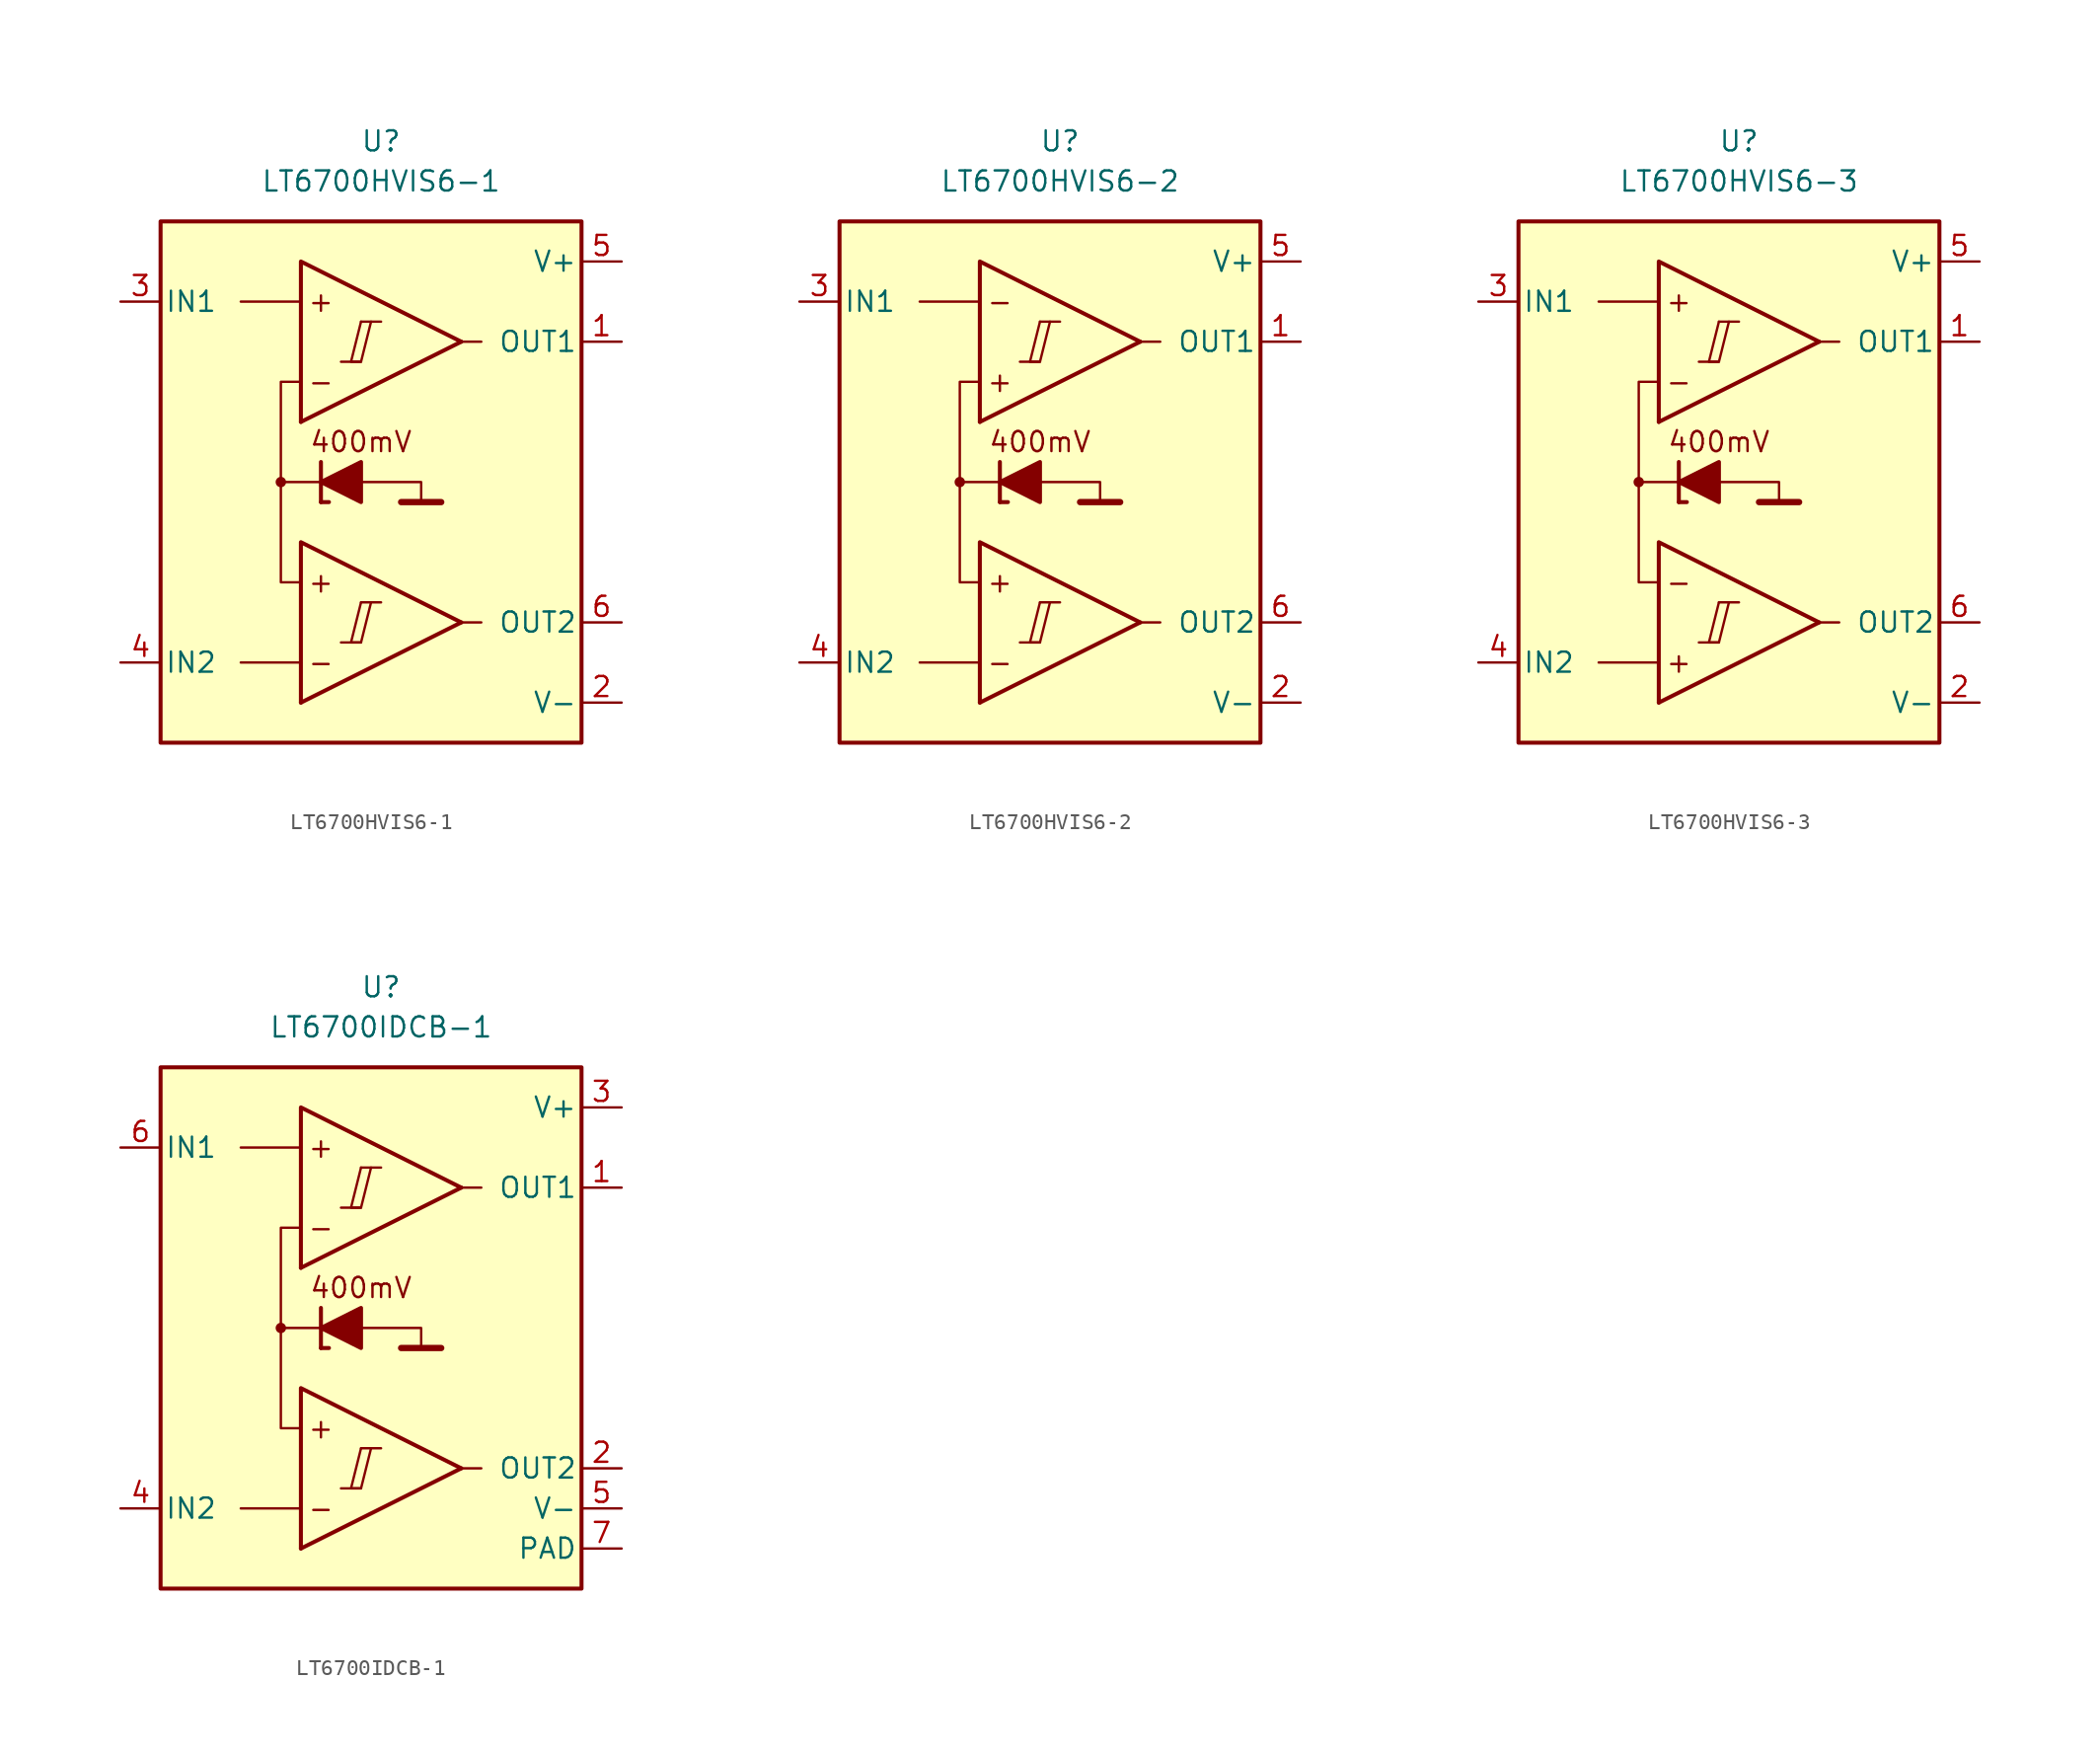
<source format=kicad_sym>
(kicad_symbol_lib
  (version 20211014)
  (generator kicad_symbol_editor)
  (symbol "LT6700HVIS6-1"
    (pin_names
      (offset 0.254))
    (property "Reference" "U"
      (at 0 22.86 0)
      (effects (font (size 1.27 1.27))))
    (property "Value" "LT6700HVIS6-1"
      (at 0 20.32 0)
      (effects (font (size 1.27 1.27))))
    (symbol "LT6700HVIS6-1_0_0"
      (rectangle (start -13.97 17.78) (end 12.7 -15.24) (stroke (width 0.254) (type default) (color 0 0 0 0)) (fill (type background)))
      (circle (center -6.35 1.27) (radius 0.254) (stroke (width 0.152) (type default) (color 0 0 0 0)) (fill (type outline)))
      (polyline (pts (xy -2.54 -8.89) (xy -1.27 -8.89)) (stroke (width 0.152) (type default) (color 0 0 0 0)) (fill (type none)))
      (polyline (pts (xy -2.54 8.89) (xy -1.27 8.89)) (stroke (width 0.152) (type default) (color 0 0 0 0)) (fill (type none)))
      (polyline (pts (xy -1.27 -6.35) (xy 0 -6.35)) (stroke (width 0.152) (type default) (color 0 0 0 0)) (fill (type none)))
      (polyline (pts (xy -1.27 11.43) (xy 0 11.43)) (stroke (width 0.152) (type default) (color 0 0 0 0)) (fill (type none)))
      (polyline (pts (xy 5.08 -7.62) (xy -5.08 -12.7)) (stroke (width 0.254) (type default) (color 0 0 0 0)) (fill (type none)))
      (polyline (pts (xy 5.08 10.16) (xy -5.08 5.08)) (stroke (width 0.254) (type default) (color 0 0 0 0)) (fill (type none)))
      (polyline (pts (xy 5.08 -7.62) (xy -5.08 -2.54) (xy -5.08 -12.7)) (stroke (width 0.254) (type default) (color 0 0 0 0)) (fill (type background)))
      (polyline (pts (xy 5.08 10.16) (xy -5.08 15.24) (xy -5.08 5.08)) (stroke (width 0.254) (type default) (color 0 0 0 0)) (fill (type background)))
      (polyline (pts (xy -1.27 -6.35) (xy -1.905 -8.89) (xy -1.27 -8.89) (xy -0.635 -6.35)) (stroke (width 0.152) (type default) (color 0 0 0 0)) (fill (type none)))
      (polyline (pts (xy -1.27 11.43) (xy -1.905 8.89) (xy -1.27 8.89) (xy -0.635 11.43)) (stroke (width 0.152) (type default) (color 0 0 0 0)) (fill (type none)))
      (text "+" (at -3.81 -5.08 0) (effects (font (size 1.27 1.27))))
      (text "+" (at -3.81 12.7 0) (effects (font (size 1.27 1.27))))
      (text "-" (at -3.81 -10.16 0) (effects (font (size 1.27 1.27))))
      (text "-" (at -3.81 7.62 0) (effects (font (size 1.27 1.27)))))
    (symbol "LT6700HVIS6-1_0_1"
      (polyline (pts (xy -5.08 -10.16) (xy -8.89 -10.16)) (stroke (width 0) (type default) (color 0 0 0 0)) (fill (type none)))
      (polyline (pts (xy -5.08 12.7) (xy -8.89 12.7)) (stroke (width 0) (type default) (color 0 0 0 0)) (fill (type none)))
      (polyline (pts (xy -3.81 0) (xy -3.81 2.54)) (stroke (width 0.254) (type default) (color 0 0 0 0)) (fill (type none)))
      (polyline (pts (xy -3.81 0) (xy -3.302 0)) (stroke (width 0.254) (type default) (color 0 0 0 0)) (fill (type none)))
      (polyline (pts (xy -3.81 1.27) (xy -6.35 1.27)) (stroke (width 0.152) (type default) (color 0 0 0 0)) (fill (type none)))
      (polyline (pts (xy 1.27 0) (xy 3.81 0)) (stroke (width 0.4) (type default) (color 0 0 0 0)) (fill (type none)))
      (polyline (pts (xy 5.08 -7.62) (xy 6.35 -7.62)) (stroke (width 0) (type default) (color 0 0 0 0)) (fill (type none)))
      (polyline (pts (xy 5.08 10.16) (xy 6.35 10.16)) (stroke (width 0) (type default) (color 0 0 0 0)) (fill (type none)))
      (polyline (pts (xy -1.27 1.27) (xy 2.54 1.27) (xy 2.54 0)) (stroke (width 0.152) (type default) (color 0 0 0 0)) (fill (type none)))
      (polyline (pts (xy -5.08 -5.08) (xy -6.35 -5.08) (xy -6.35 7.62) (xy -5.08 7.62)) (stroke (width 0.152) (type default) (color 0 0 0 0)) (fill (type none)))
      (polyline (pts (xy -1.27 2.54) (xy -1.27 0) (xy -3.81 1.27) (xy -1.27 2.54)) (stroke (width 0.254) (type default) (color 0 0 0 0)) (fill (type outline))))
    (symbol "LT6700HVIS6-1_1_0"
      (text "400mV" (at -1.27 3.81 0) (effects (font (size 1.27 1.27)))))
    (symbol "LT6700HVIS6-1_1_1"
      (pin output line (at 15.24 10.16 180) (length 2.54) (name "OUT1" (effects (font (size 1.27 1.27)))) (number "1" (effects (font (size 1.27 1.27)))))
      (pin power_in line (at 15.24 -12.7 180) (length 2.54) (name "V-" (effects (font (size 1.27 1.27)))) (number "2" (effects (font (size 1.27 1.27)))))
      (pin input line (at -16.51 12.7 0) (length 2.54) (name "IN1" (effects (font (size 1.27 1.27)))) (number "3" (effects (font (size 1.27 1.27)))))
      (pin input line (at -16.51 -10.16 0) (length 2.54) (name "IN2" (effects (font (size 1.27 1.27)))) (number "4" (effects (font (size 1.27 1.27)))))
      (pin power_in line (at 15.24 15.24 180) (length 2.54) (name "V+" (effects (font (size 1.27 1.27)))) (number "5" (effects (font (size 1.27 1.27)))))
      (pin output line (at 15.24 -7.62 180) (length 2.54) (name "OUT2" (effects (font (size 1.27 1.27)))) (number "6" (effects (font (size 1.27 1.27)))))))
  (symbol "LT6700HVIS6-2"
    (pin_names
      (offset 0.254))
    (property "Reference" "U"
      (at 0 22.86 0)
      (effects (font (size 1.27 1.27))))
    (property "Value" "LT6700HVIS6-2"
      (at 0 20.32 0)
      (effects (font (size 1.27 1.27))))
    (symbol "LT6700HVIS6-2_0_0"
      (rectangle (start -13.97 17.78) (end 12.7 -15.24) (stroke (width 0.254) (type default) (color 0 0 0 0)) (fill (type background)))
      (circle (center -6.35 1.27) (radius 0.254) (stroke (width 0.152) (type default) (color 0 0 0 0)) (fill (type outline)))
      (polyline (pts (xy -2.54 -8.89) (xy -1.27 -8.89)) (stroke (width 0.152) (type default) (color 0 0 0 0)) (fill (type none)))
      (polyline (pts (xy -2.54 8.89) (xy -1.27 8.89)) (stroke (width 0.152) (type default) (color 0 0 0 0)) (fill (type none)))
      (polyline (pts (xy -1.27 -6.35) (xy 0 -6.35)) (stroke (width 0.152) (type default) (color 0 0 0 0)) (fill (type none)))
      (polyline (pts (xy -1.27 11.43) (xy 0 11.43)) (stroke (width 0.152) (type default) (color 0 0 0 0)) (fill (type none)))
      (polyline (pts (xy 5.08 -7.62) (xy -5.08 -12.7)) (stroke (width 0.254) (type default) (color 0 0 0 0)) (fill (type none)))
      (polyline (pts (xy 5.08 10.16) (xy -5.08 5.08)) (stroke (width 0.254) (type default) (color 0 0 0 0)) (fill (type none)))
      (polyline (pts (xy 5.08 -7.62) (xy -5.08 -2.54) (xy -5.08 -12.7)) (stroke (width 0.254) (type default) (color 0 0 0 0)) (fill (type background)))
      (polyline (pts (xy 5.08 10.16) (xy -5.08 15.24) (xy -5.08 5.08)) (stroke (width 0.254) (type default) (color 0 0 0 0)) (fill (type background)))
      (polyline (pts (xy -1.27 -6.35) (xy -1.905 -8.89) (xy -1.27 -8.89) (xy -0.635 -6.35)) (stroke (width 0.152) (type default) (color 0 0 0 0)) (fill (type none)))
      (polyline (pts (xy -1.27 11.43) (xy -1.905 8.89) (xy -1.27 8.89) (xy -0.635 11.43)) (stroke (width 0.152) (type default) (color 0 0 0 0)) (fill (type none)))
      (text "+" (at -3.81 -5.08 0) (effects (font (size 1.27 1.27))))
      (text "+" (at -3.81 7.62 0) (effects (font (size 1.27 1.27))))
      (text "-" (at -3.81 -10.16 0) (effects (font (size 1.27 1.27))))
      (text "-" (at -3.81 12.7 0) (effects (font (size 1.27 1.27)))))
    (symbol "LT6700HVIS6-2_0_1"
      (polyline (pts (xy -5.08 -10.16) (xy -8.89 -10.16)) (stroke (width 0) (type default) (color 0 0 0 0)) (fill (type none)))
      (polyline (pts (xy -5.08 12.7) (xy -8.89 12.7)) (stroke (width 0) (type default) (color 0 0 0 0)) (fill (type none)))
      (polyline (pts (xy -3.81 0) (xy -3.81 2.54)) (stroke (width 0.254) (type default) (color 0 0 0 0)) (fill (type none)))
      (polyline (pts (xy -3.81 0) (xy -3.302 0)) (stroke (width 0.254) (type default) (color 0 0 0 0)) (fill (type none)))
      (polyline (pts (xy -3.81 1.27) (xy -6.35 1.27)) (stroke (width 0.152) (type default) (color 0 0 0 0)) (fill (type none)))
      (polyline (pts (xy 1.27 0) (xy 3.81 0)) (stroke (width 0.4) (type default) (color 0 0 0 0)) (fill (type none)))
      (polyline (pts (xy 5.08 -7.62) (xy 6.35 -7.62)) (stroke (width 0) (type default) (color 0 0 0 0)) (fill (type none)))
      (polyline (pts (xy 5.08 10.16) (xy 6.35 10.16)) (stroke (width 0) (type default) (color 0 0 0 0)) (fill (type none)))
      (polyline (pts (xy -1.27 1.27) (xy 2.54 1.27) (xy 2.54 0)) (stroke (width 0.152) (type default) (color 0 0 0 0)) (fill (type none)))
      (polyline (pts (xy -5.08 -5.08) (xy -6.35 -5.08) (xy -6.35 7.62) (xy -5.08 7.62)) (stroke (width 0.152) (type default) (color 0 0 0 0)) (fill (type none)))
      (polyline (pts (xy -1.27 2.54) (xy -1.27 0) (xy -3.81 1.27) (xy -1.27 2.54)) (stroke (width 0.254) (type default) (color 0 0 0 0)) (fill (type outline))))
    (symbol "LT6700HVIS6-2_1_0"
      (text "400mV" (at -1.27 3.81 0) (effects (font (size 1.27 1.27)))))
    (symbol "LT6700HVIS6-2_1_1"
      (pin output line (at 15.24 10.16 180) (length 2.54) (name "OUT1" (effects (font (size 1.27 1.27)))) (number "1" (effects (font (size 1.27 1.27)))))
      (pin power_in line (at 15.24 -12.7 180) (length 2.54) (name "V-" (effects (font (size 1.27 1.27)))) (number "2" (effects (font (size 1.27 1.27)))))
      (pin input line (at -16.51 12.7 0) (length 2.54) (name "IN1" (effects (font (size 1.27 1.27)))) (number "3" (effects (font (size 1.27 1.27)))))
      (pin input line (at -16.51 -10.16 0) (length 2.54) (name "IN2" (effects (font (size 1.27 1.27)))) (number "4" (effects (font (size 1.27 1.27)))))
      (pin power_in line (at 15.24 15.24 180) (length 2.54) (name "V+" (effects (font (size 1.27 1.27)))) (number "5" (effects (font (size 1.27 1.27)))))
      (pin output line (at 15.24 -7.62 180) (length 2.54) (name "OUT2" (effects (font (size 1.27 1.27)))) (number "6" (effects (font (size 1.27 1.27)))))))
  (symbol "LT6700HVIS6-3"
    (pin_names
      (offset 0.254))
    (property "Reference" "U"
      (at 0 22.86 0)
      (effects (font (size 1.27 1.27))))
    (property "Value" "LT6700HVIS6-3"
      (at 0 20.32 0)
      (effects (font (size 1.27 1.27))))
    (symbol "LT6700HVIS6-3_0_0"
      (rectangle (start -13.97 17.78) (end 12.7 -15.24) (stroke (width 0.254) (type default) (color 0 0 0 0)) (fill (type background)))
      (circle (center -6.35 1.27) (radius 0.254) (stroke (width 0.152) (type default) (color 0 0 0 0)) (fill (type outline)))
      (polyline (pts (xy -2.54 -8.89) (xy -1.27 -8.89)) (stroke (width 0.152) (type default) (color 0 0 0 0)) (fill (type none)))
      (polyline (pts (xy -2.54 8.89) (xy -1.27 8.89)) (stroke (width 0.152) (type default) (color 0 0 0 0)) (fill (type none)))
      (polyline (pts (xy -1.27 -6.35) (xy 0 -6.35)) (stroke (width 0.152) (type default) (color 0 0 0 0)) (fill (type none)))
      (polyline (pts (xy -1.27 11.43) (xy 0 11.43)) (stroke (width 0.152) (type default) (color 0 0 0 0)) (fill (type none)))
      (polyline (pts (xy 5.08 -7.62) (xy -5.08 -12.7)) (stroke (width 0.254) (type default) (color 0 0 0 0)) (fill (type none)))
      (polyline (pts (xy 5.08 10.16) (xy -5.08 5.08)) (stroke (width 0.254) (type default) (color 0 0 0 0)) (fill (type none)))
      (polyline (pts (xy 5.08 -7.62) (xy -5.08 -2.54) (xy -5.08 -12.7)) (stroke (width 0.254) (type default) (color 0 0 0 0)) (fill (type background)))
      (polyline (pts (xy 5.08 10.16) (xy -5.08 15.24) (xy -5.08 5.08)) (stroke (width 0.254) (type default) (color 0 0 0 0)) (fill (type background)))
      (polyline (pts (xy -1.27 -6.35) (xy -1.905 -8.89) (xy -1.27 -8.89) (xy -0.635 -6.35)) (stroke (width 0.152) (type default) (color 0 0 0 0)) (fill (type none)))
      (polyline (pts (xy -1.27 11.43) (xy -1.905 8.89) (xy -1.27 8.89) (xy -0.635 11.43)) (stroke (width 0.152) (type default) (color 0 0 0 0)) (fill (type none)))
      (text "+" (at -3.81 -10.16 0) (effects (font (size 1.27 1.27))))
      (text "+" (at -3.81 12.7 0) (effects (font (size 1.27 1.27))))
      (text "-" (at -3.81 -5.08 0) (effects (font (size 1.27 1.27))))
      (text "-" (at -3.81 7.62 0) (effects (font (size 1.27 1.27)))))
    (symbol "LT6700HVIS6-3_0_1"
      (polyline (pts (xy -5.08 -10.16) (xy -8.89 -10.16)) (stroke (width 0) (type default) (color 0 0 0 0)) (fill (type none)))
      (polyline (pts (xy -5.08 12.7) (xy -8.89 12.7)) (stroke (width 0) (type default) (color 0 0 0 0)) (fill (type none)))
      (polyline (pts (xy -3.81 0) (xy -3.81 2.54)) (stroke (width 0.254) (type default) (color 0 0 0 0)) (fill (type none)))
      (polyline (pts (xy -3.81 0) (xy -3.302 0)) (stroke (width 0.254) (type default) (color 0 0 0 0)) (fill (type none)))
      (polyline (pts (xy -3.81 1.27) (xy -6.35 1.27)) (stroke (width 0.152) (type default) (color 0 0 0 0)) (fill (type none)))
      (polyline (pts (xy 1.27 0) (xy 3.81 0)) (stroke (width 0.4) (type default) (color 0 0 0 0)) (fill (type none)))
      (polyline (pts (xy 5.08 -7.62) (xy 6.35 -7.62)) (stroke (width 0) (type default) (color 0 0 0 0)) (fill (type none)))
      (polyline (pts (xy 5.08 10.16) (xy 6.35 10.16)) (stroke (width 0) (type default) (color 0 0 0 0)) (fill (type none)))
      (polyline (pts (xy -1.27 1.27) (xy 2.54 1.27) (xy 2.54 0)) (stroke (width 0.152) (type default) (color 0 0 0 0)) (fill (type none)))
      (polyline (pts (xy -5.08 -5.08) (xy -6.35 -5.08) (xy -6.35 7.62) (xy -5.08 7.62)) (stroke (width 0.152) (type default) (color 0 0 0 0)) (fill (type none)))
      (polyline (pts (xy -1.27 2.54) (xy -1.27 0) (xy -3.81 1.27) (xy -1.27 2.54)) (stroke (width 0.254) (type default) (color 0 0 0 0)) (fill (type outline))))
    (symbol "LT6700HVIS6-3_1_0"
      (text "400mV" (at -1.27 3.81 0) (effects (font (size 1.27 1.27)))))
    (symbol "LT6700HVIS6-3_1_1"
      (pin output line (at 15.24 10.16 180) (length 2.54) (name "OUT1" (effects (font (size 1.27 1.27)))) (number "1" (effects (font (size 1.27 1.27)))))
      (pin power_in line (at 15.24 -12.7 180) (length 2.54) (name "V-" (effects (font (size 1.27 1.27)))) (number "2" (effects (font (size 1.27 1.27)))))
      (pin input line (at -16.51 12.7 0) (length 2.54) (name "IN1" (effects (font (size 1.27 1.27)))) (number "3" (effects (font (size 1.27 1.27)))))
      (pin input line (at -16.51 -10.16 0) (length 2.54) (name "IN2" (effects (font (size 1.27 1.27)))) (number "4" (effects (font (size 1.27 1.27)))))
      (pin power_in line (at 15.24 15.24 180) (length 2.54) (name "V+" (effects (font (size 1.27 1.27)))) (number "5" (effects (font (size 1.27 1.27)))))
      (pin output line (at 15.24 -7.62 180) (length 2.54) (name "OUT2" (effects (font (size 1.27 1.27)))) (number "6" (effects (font (size 1.27 1.27)))))))
  (symbol "LT6700IDCB-1"
    (pin_names
      (offset 0.254))
    (property "Reference" "U"
      (at 0 22.86 0)
      (effects (font (size 1.27 1.27))))
    (property "Value" "LT6700IDCB-1"
      (at 0 20.32 0)
      (effects (font (size 1.27 1.27))))
    (symbol "LT6700IDCB-1_0_0"
      (rectangle (start -13.97 17.78) (end 12.7 -15.24) (stroke (width 0.254) (type default) (color 0 0 0 0)) (fill (type background)))
      (circle (center -6.35 1.27) (radius 0.254) (stroke (width 0.152) (type default) (color 0 0 0 0)) (fill (type outline)))
      (polyline (pts (xy -2.54 -8.89) (xy -1.27 -8.89)) (stroke (width 0.152) (type default) (color 0 0 0 0)) (fill (type none)))
      (polyline (pts (xy -2.54 8.89) (xy -1.27 8.89)) (stroke (width 0.152) (type default) (color 0 0 0 0)) (fill (type none)))
      (polyline (pts (xy -1.27 -6.35) (xy 0 -6.35)) (stroke (width 0.152) (type default) (color 0 0 0 0)) (fill (type none)))
      (polyline (pts (xy -1.27 11.43) (xy 0 11.43)) (stroke (width 0.152) (type default) (color 0 0 0 0)) (fill (type none)))
      (polyline (pts (xy 5.08 -7.62) (xy -5.08 -12.7)) (stroke (width 0.254) (type default) (color 0 0 0 0)) (fill (type none)))
      (polyline (pts (xy 5.08 10.16) (xy -5.08 5.08)) (stroke (width 0.254) (type default) (color 0 0 0 0)) (fill (type none)))
      (polyline (pts (xy 5.08 -7.62) (xy -5.08 -2.54) (xy -5.08 -12.7)) (stroke (width 0.254) (type default) (color 0 0 0 0)) (fill (type background)))
      (polyline (pts (xy 5.08 10.16) (xy -5.08 15.24) (xy -5.08 5.08)) (stroke (width 0.254) (type default) (color 0 0 0 0)) (fill (type background)))
      (polyline (pts (xy -1.27 -6.35) (xy -1.905 -8.89) (xy -1.27 -8.89) (xy -0.635 -6.35)) (stroke (width 0.152) (type default) (color 0 0 0 0)) (fill (type none)))
      (polyline (pts (xy -1.27 11.43) (xy -1.905 8.89) (xy -1.27 8.89) (xy -0.635 11.43)) (stroke (width 0.152) (type default) (color 0 0 0 0)) (fill (type none)))
      (text "+" (at -3.81 -5.08 0) (effects (font (size 1.27 1.27))))
      (text "+" (at -3.81 12.7 0) (effects (font (size 1.27 1.27))))
      (text "-" (at -3.81 -10.16 0) (effects (font (size 1.27 1.27))))
      (text "-" (at -3.81 7.62 0) (effects (font (size 1.27 1.27)))))
    (symbol "LT6700IDCB-1_0_1"
      (polyline (pts (xy -5.08 -10.16) (xy -8.89 -10.16)) (stroke (width 0) (type default) (color 0 0 0 0)) (fill (type none)))
      (polyline (pts (xy -5.08 12.7) (xy -8.89 12.7)) (stroke (width 0) (type default) (color 0 0 0 0)) (fill (type none)))
      (polyline (pts (xy -3.81 0) (xy -3.81 2.54)) (stroke (width 0.254) (type default) (color 0 0 0 0)) (fill (type none)))
      (polyline (pts (xy -3.81 0) (xy -3.302 0)) (stroke (width 0.254) (type default) (color 0 0 0 0)) (fill (type none)))
      (polyline (pts (xy -3.81 1.27) (xy -6.35 1.27)) (stroke (width 0.152) (type default) (color 0 0 0 0)) (fill (type none)))
      (polyline (pts (xy 1.27 0) (xy 3.81 0)) (stroke (width 0.4) (type default) (color 0 0 0 0)) (fill (type none)))
      (polyline (pts (xy 5.08 -7.62) (xy 6.35 -7.62)) (stroke (width 0) (type default) (color 0 0 0 0)) (fill (type none)))
      (polyline (pts (xy 5.08 10.16) (xy 6.35 10.16)) (stroke (width 0) (type default) (color 0 0 0 0)) (fill (type none)))
      (polyline (pts (xy -1.27 1.27) (xy 2.54 1.27) (xy 2.54 0)) (stroke (width 0.152) (type default) (color 0 0 0 0)) (fill (type none)))
      (polyline (pts (xy -5.08 -5.08) (xy -6.35 -5.08) (xy -6.35 7.62) (xy -5.08 7.62)) (stroke (width 0.152) (type default) (color 0 0 0 0)) (fill (type none)))
      (polyline (pts (xy -1.27 2.54) (xy -1.27 0) (xy -3.81 1.27) (xy -1.27 2.54)) (stroke (width 0.254) (type default) (color 0 0 0 0)) (fill (type outline))))
    (symbol "LT6700IDCB-1_1_0"
      (text "400mV" (at -1.27 3.81 0) (effects (font (size 1.27 1.27)))))
    (symbol "LT6700IDCB-1_1_1"
      (pin output line (at 15.24 10.16 180) (length 2.54) (name "OUT1" (effects (font (size 1.27 1.27)))) (number "1" (effects (font (size 1.27 1.27)))))
      (pin output line (at 15.24 -7.62 180) (length 2.54) (name "OUT2" (effects (font (size 1.27 1.27)))) (number "2" (effects (font (size 1.27 1.27)))))
      (pin power_in line (at 15.24 15.24 180) (length 2.54) (name "V+" (effects (font (size 1.27 1.27)))) (number "3" (effects (font (size 1.27 1.27)))))
      (pin input line (at -16.51 -10.16 0) (length 2.54) (name "IN2" (effects (font (size 1.27 1.27)))) (number "4" (effects (font (size 1.27 1.27)))))
      (pin power_in line (at 15.24 -10.16 180) (length 2.54) (name "V-" (effects (font (size 1.27 1.27)))) (number "5" (effects (font (size 1.27 1.27)))))
      (pin input line (at -16.51 12.7 0) (length 2.54) (name "IN1" (effects (font (size 1.27 1.27)))) (number "6" (effects (font (size 1.27 1.27)))))
      (pin power_in line (at 15.24 -12.7 180) (length 2.54) (name "PAD" (effects (font (size 1.27 1.27)))) (number "7" (effects (font (size 1.27 1.27))))))))
</source>
